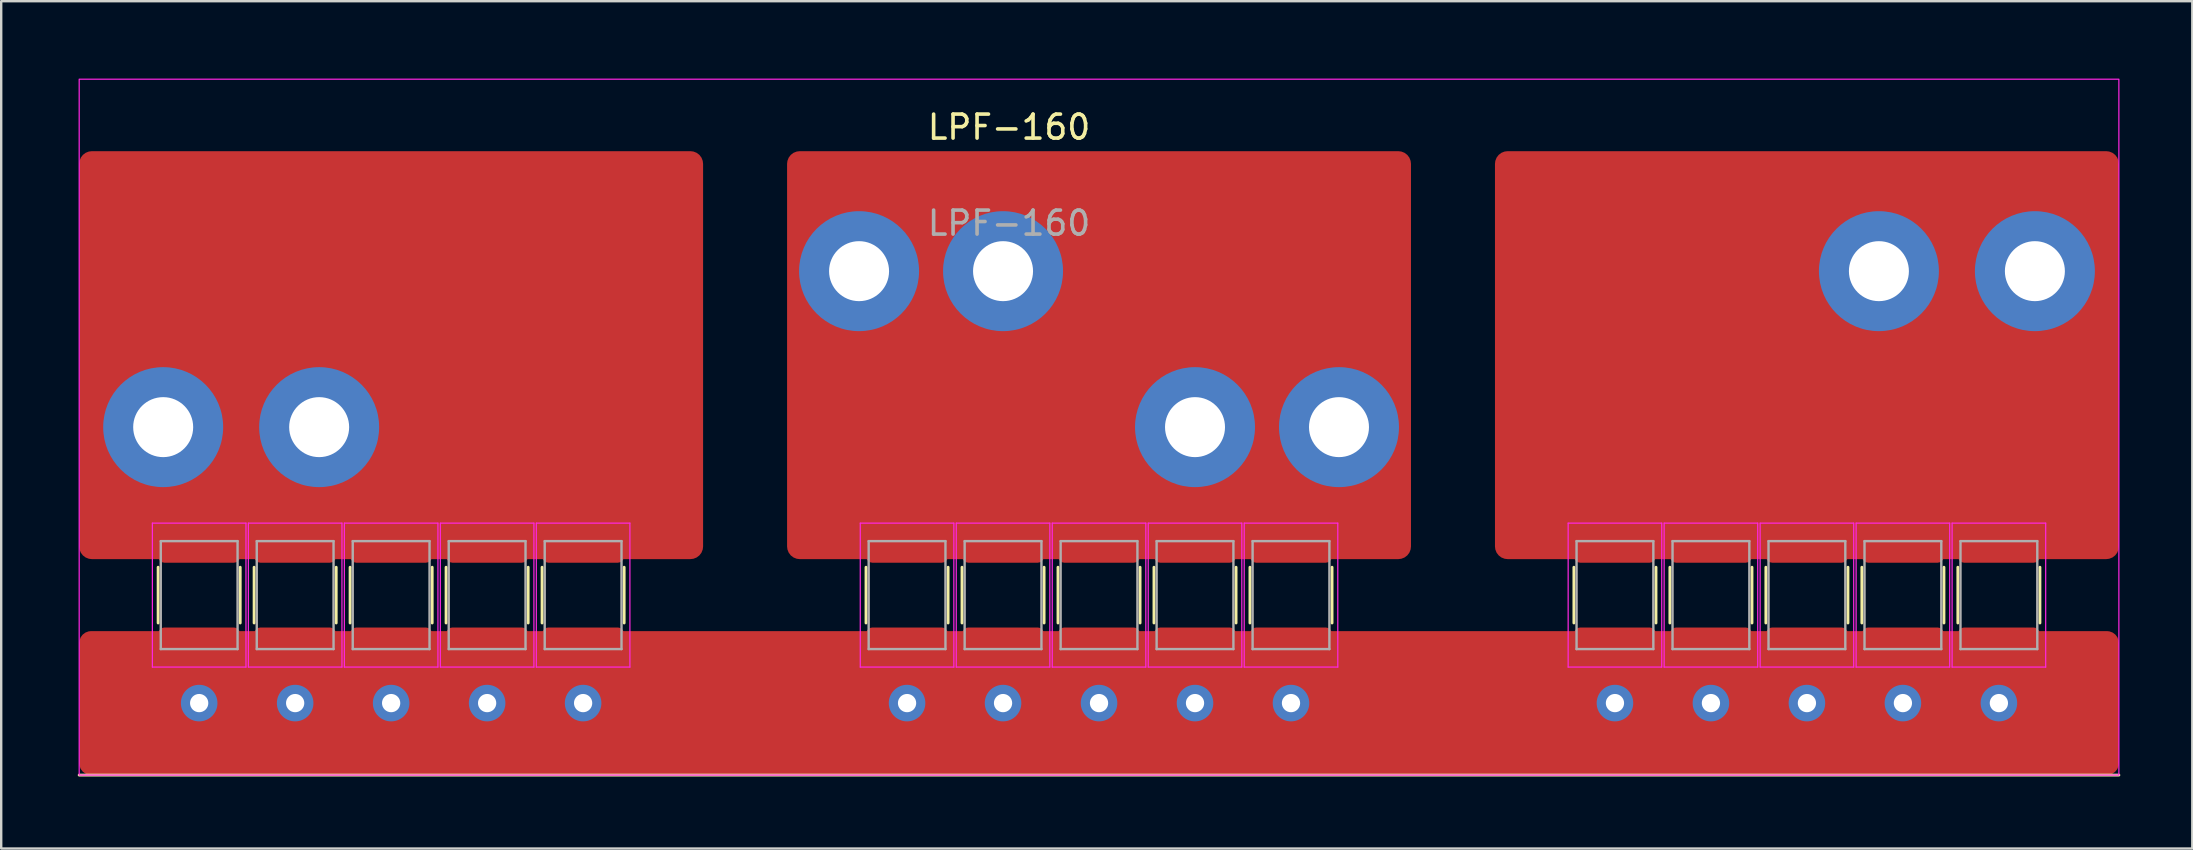
<source format=kicad_pcb>
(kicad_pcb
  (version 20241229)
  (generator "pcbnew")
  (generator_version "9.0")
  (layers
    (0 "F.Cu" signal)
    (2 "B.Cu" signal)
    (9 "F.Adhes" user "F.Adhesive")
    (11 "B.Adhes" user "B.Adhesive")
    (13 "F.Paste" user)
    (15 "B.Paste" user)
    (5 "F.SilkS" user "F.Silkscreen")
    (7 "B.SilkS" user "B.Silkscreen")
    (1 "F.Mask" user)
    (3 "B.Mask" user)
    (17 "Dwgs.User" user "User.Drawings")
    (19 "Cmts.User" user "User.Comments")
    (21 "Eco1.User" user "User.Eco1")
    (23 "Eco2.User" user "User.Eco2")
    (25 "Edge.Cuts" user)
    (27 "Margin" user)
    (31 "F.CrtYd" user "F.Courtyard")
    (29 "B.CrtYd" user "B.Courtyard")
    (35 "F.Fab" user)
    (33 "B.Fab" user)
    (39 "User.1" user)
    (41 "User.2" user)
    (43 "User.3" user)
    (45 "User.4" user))
  (footprint "LPF-160"
    (layer "F.Cu")
    (at 0.25 0.25)
    (property "Reference" "LPF-160" (at 38.75 2 0) (layer "F.SilkS") (effects (font (size 1 1) (thickness 0.15))))
    (attr through_hole)
    (fp_line (start 0 29) (end 85 29) (stroke (width 0.12) (type solid)) (layer "F.SilkS"))
    (fp_line (start 3.29 22.661) (end 3.29 20.339) (stroke (width 0.12) (type solid)) (layer "F.SilkS"))
    (fp_line (start 6.71 22.661) (end 6.71 20.339) (stroke (width 0.12) (type solid)) (layer "F.SilkS"))
    (fp_line (start 7.29 22.661) (end 7.29 20.339) (stroke (width 0.12) (type solid)) (layer "F.SilkS"))
    (fp_line (start 10.71 22.661) (end 10.71 20.339) (stroke (width 0.12) (type solid)) (layer "F.SilkS"))
    (fp_line (start 11.29 22.661) (end 11.29 20.339) (stroke (width 0.12) (type solid)) (layer "F.SilkS"))
    (fp_line (start 14.71 22.661) (end 14.71 20.339) (stroke (width 0.12) (type solid)) (layer "F.SilkS"))
    (fp_line (start 15.29 22.661) (end 15.29 20.339) (stroke (width 0.12) (type solid)) (layer "F.SilkS"))
    (fp_line (start 18.71 22.661) (end 18.71 20.339) (stroke (width 0.12) (type solid)) (layer "F.SilkS"))
    (fp_line (start 19.29 22.661) (end 19.29 20.339) (stroke (width 0.12) (type solid)) (layer "F.SilkS"))
    (fp_line (start 22.71 22.661) (end 22.71 20.339) (stroke (width 0.12) (type solid)) (layer "F.SilkS"))
    (fp_line (start 32.79 22.661) (end 32.79 20.339) (stroke (width 0.12) (type solid)) (layer "F.SilkS"))
    (fp_line (start 36.21 22.661) (end 36.21 20.339) (stroke (width 0.12) (type solid)) (layer "F.SilkS"))
    (fp_line (start 36.79 22.661) (end 36.79 20.339) (stroke (width 0.12) (type solid)) (layer "F.SilkS"))
    (fp_line (start 40.21 22.661) (end 40.21 20.339) (stroke (width 0.12) (type solid)) (layer "F.SilkS"))
    (fp_line (start 40.79 22.661) (end 40.79 20.339) (stroke (width 0.12) (type solid)) (layer "F.SilkS"))
    (fp_line (start 44.21 22.661) (end 44.21 20.339) (stroke (width 0.12) (type solid)) (layer "F.SilkS"))
    (fp_line (start 44.79 22.661) (end 44.79 20.339) (stroke (width 0.12) (type solid)) (layer "F.SilkS"))
    (fp_line (start 48.21 22.661) (end 48.21 20.339) (stroke (width 0.12) (type solid)) (layer "F.SilkS"))
    (fp_line (start 48.79 22.661) (end 48.79 20.339) (stroke (width 0.12) (type solid)) (layer "F.SilkS"))
    (fp_line (start 52.21 22.661) (end 52.21 20.339) (stroke (width 0.12) (type solid)) (layer "F.SilkS"))
    (fp_line (start 62.29 22.661) (end 62.29 20.339) (stroke (width 0.12) (type solid)) (layer "F.SilkS"))
    (fp_line (start 65.71 22.661) (end 65.71 20.339) (stroke (width 0.12) (type solid)) (layer "F.SilkS"))
    (fp_line (start 66.29 22.661) (end 66.29 20.339) (stroke (width 0.12) (type solid)) (layer "F.SilkS"))
    (fp_line (start 69.71 22.661) (end 69.71 20.339) (stroke (width 0.12) (type solid)) (layer "F.SilkS"))
    (fp_line (start 70.29 22.661) (end 70.29 20.339) (stroke (width 0.12) (type solid)) (layer "F.SilkS"))
    (fp_line (start 73.71 22.661) (end 73.71 20.339) (stroke (width 0.12) (type solid)) (layer "F.SilkS"))
    (fp_line (start 74.29 22.661) (end 74.29 20.339) (stroke (width 0.12) (type solid)) (layer "F.SilkS"))
    (fp_line (start 77.71 22.661) (end 77.71 20.339) (stroke (width 0.12) (type solid)) (layer "F.SilkS"))
    (fp_line (start 78.29 22.661) (end 78.29 20.339) (stroke (width 0.12) (type solid)) (layer "F.SilkS"))
    (fp_line (start 81.71 22.661) (end 81.71 20.339) (stroke (width 0.12) (type solid)) (layer "F.SilkS"))
    (fp_line (start 3.05 18.5) (end 6.95 18.5) (stroke (width 0.05) (type solid)) (layer "F.CrtYd"))
    (fp_line (start 3.05 24.5) (end 3.05 18.5) (stroke (width 0.05) (type solid)) (layer "F.CrtYd"))
    (fp_line (start 6.95 18.5) (end 6.95 24.5) (stroke (width 0.05) (type solid)) (layer "F.CrtYd"))
    (fp_line (start 6.95 24.5) (end 3.05 24.5) (stroke (width 0.05) (type solid)) (layer "F.CrtYd"))
    (fp_line (start 7.05 18.5) (end 10.95 18.5) (stroke (width 0.05) (type solid)) (layer "F.CrtYd"))
    (fp_line (start 7.05 24.5) (end 7.05 18.5) (stroke (width 0.05) (type solid)) (layer "F.CrtYd"))
    (fp_line (start 10.95 18.5) (end 10.95 24.5) (stroke (width 0.05) (type solid)) (layer "F.CrtYd"))
    (fp_line (start 10.95 24.5) (end 7.05 24.5) (stroke (width 0.05) (type solid)) (layer "F.CrtYd"))
    (fp_line (start 11.05 18.5) (end 14.95 18.5) (stroke (width 0.05) (type solid)) (layer "F.CrtYd"))
    (fp_line (start 11.05 24.5) (end 11.05 18.5) (stroke (width 0.05) (type solid)) (layer "F.CrtYd"))
    (fp_line (start 14.95 18.5) (end 14.95 24.5) (stroke (width 0.05) (type solid)) (layer "F.CrtYd"))
    (fp_line (start 14.95 24.5) (end 11.05 24.5) (stroke (width 0.05) (type solid)) (layer "F.CrtYd"))
    (fp_line (start 15.05 18.5) (end 18.95 18.5) (stroke (width 0.05) (type solid)) (layer "F.CrtYd"))
    (fp_line (start 15.05 24.5) (end 15.05 18.5) (stroke (width 0.05) (type solid)) (layer "F.CrtYd"))
    (fp_line (start 18.95 18.5) (end 18.95 24.5) (stroke (width 0.05) (type solid)) (layer "F.CrtYd"))
    (fp_line (start 18.95 24.5) (end 15.05 24.5) (stroke (width 0.05) (type solid)) (layer "F.CrtYd"))
    (fp_line (start 19.05 18.5) (end 22.95 18.5) (stroke (width 0.05) (type solid)) (layer "F.CrtYd"))
    (fp_line (start 19.05 24.5) (end 19.05 18.5) (stroke (width 0.05) (type solid)) (layer "F.CrtYd"))
    (fp_line (start 22.95 18.5) (end 22.95 24.5) (stroke (width 0.05) (type solid)) (layer "F.CrtYd"))
    (fp_line (start 22.95 24.5) (end 19.05 24.5) (stroke (width 0.05) (type solid)) (layer "F.CrtYd"))
    (fp_line (start 32.55 18.5) (end 36.45 18.5) (stroke (width 0.05) (type solid)) (layer "F.CrtYd"))
    (fp_line (start 32.55 24.5) (end 32.55 18.5) (stroke (width 0.05) (type solid)) (layer "F.CrtYd"))
    (fp_line (start 36.45 18.5) (end 36.45 24.5) (stroke (width 0.05) (type solid)) (layer "F.CrtYd"))
    (fp_line (start 36.45 24.5) (end 32.55 24.5) (stroke (width 0.05) (type solid)) (layer "F.CrtYd"))
    (fp_line (start 36.55 18.5) (end 40.45 18.5) (stroke (width 0.05) (type solid)) (layer "F.CrtYd"))
    (fp_line (start 36.55 24.5) (end 36.55 18.5) (stroke (width 0.05) (type solid)) (layer "F.CrtYd"))
    (fp_line (start 40.45 18.5) (end 40.45 24.5) (stroke (width 0.05) (type solid)) (layer "F.CrtYd"))
    (fp_line (start 40.45 24.5) (end 36.55 24.5) (stroke (width 0.05) (type solid)) (layer "F.CrtYd"))
    (fp_line (start 40.55 18.5) (end 44.45 18.5) (stroke (width 0.05) (type solid)) (layer "F.CrtYd"))
    (fp_line (start 40.55 24.5) (end 40.55 18.5) (stroke (width 0.05) (type solid)) (layer "F.CrtYd"))
    (fp_line (start 44.45 18.5) (end 44.45 24.5) (stroke (width 0.05) (type solid)) (layer "F.CrtYd"))
    (fp_line (start 44.45 24.5) (end 40.55 24.5) (stroke (width 0.05) (type solid)) (layer "F.CrtYd"))
    (fp_line (start 44.55 18.5) (end 48.45 18.5) (stroke (width 0.05) (type solid)) (layer "F.CrtYd"))
    (fp_line (start 44.55 24.5) (end 44.55 18.5) (stroke (width 0.05) (type solid)) (layer "F.CrtYd"))
    (fp_line (start 48.45 18.5) (end 48.45 24.5) (stroke (width 0.05) (type solid)) (layer "F.CrtYd"))
    (fp_line (start 48.45 24.5) (end 44.55 24.5) (stroke (width 0.05) (type solid)) (layer "F.CrtYd"))
    (fp_line (start 48.55 18.5) (end 52.45 18.5) (stroke (width 0.05) (type solid)) (layer "F.CrtYd"))
    (fp_line (start 48.55 24.5) (end 48.55 18.5) (stroke (width 0.05) (type solid)) (layer "F.CrtYd"))
    (fp_line (start 52.45 18.5) (end 52.45 24.5) (stroke (width 0.05) (type solid)) (layer "F.CrtYd"))
    (fp_line (start 52.45 24.5) (end 48.55 24.5) (stroke (width 0.05) (type solid)) (layer "F.CrtYd"))
    (fp_line (start 62.05 18.5) (end 65.95 18.5) (stroke (width 0.05) (type solid)) (layer "F.CrtYd"))
    (fp_line (start 62.05 24.5) (end 62.05 18.5) (stroke (width 0.05) (type solid)) (layer "F.CrtYd"))
    (fp_line (start 65.95 18.5) (end 65.95 24.5) (stroke (width 0.05) (type solid)) (layer "F.CrtYd"))
    (fp_line (start 65.95 24.5) (end 62.05 24.5) (stroke (width 0.05) (type solid)) (layer "F.CrtYd"))
    (fp_line (start 66.05 18.5) (end 69.95 18.5) (stroke (width 0.05) (type solid)) (layer "F.CrtYd"))
    (fp_line (start 66.05 24.5) (end 66.05 18.5) (stroke (width 0.05) (type solid)) (layer "F.CrtYd"))
    (fp_line (start 69.95 18.5) (end 69.95 24.5) (stroke (width 0.05) (type solid)) (layer "F.CrtYd"))
    (fp_line (start 69.95 24.5) (end 66.05 24.5) (stroke (width 0.05) (type solid)) (layer "F.CrtYd"))
    (fp_line (start 70.05 18.5) (end 73.95 18.5) (stroke (width 0.05) (type solid)) (layer "F.CrtYd"))
    (fp_line (start 70.05 24.5) (end 70.05 18.5) (stroke (width 0.05) (type solid)) (layer "F.CrtYd"))
    (fp_line (start 73.95 18.5) (end 73.95 24.5) (stroke (width 0.05) (type solid)) (layer "F.CrtYd"))
    (fp_line (start 73.95 24.5) (end 70.05 24.5) (stroke (width 0.05) (type solid)) (layer "F.CrtYd"))
    (fp_line (start 74.05 18.5) (end 77.95 18.5) (stroke (width 0.05) (type solid)) (layer "F.CrtYd"))
    (fp_line (start 74.05 24.5) (end 74.05 18.5) (stroke (width 0.05) (type solid)) (layer "F.CrtYd"))
    (fp_line (start 77.95 18.5) (end 77.95 24.5) (stroke (width 0.05) (type solid)) (layer "F.CrtYd"))
    (fp_line (start 77.95 24.5) (end 74.05 24.5) (stroke (width 0.05) (type solid)) (layer "F.CrtYd"))
    (fp_line (start 78.05 18.5) (end 81.95 18.5) (stroke (width 0.05) (type solid)) (layer "F.CrtYd"))
    (fp_line (start 78.05 24.5) (end 78.05 18.5) (stroke (width 0.05) (type solid)) (layer "F.CrtYd"))
    (fp_line (start 81.95 18.5) (end 81.95 24.5) (stroke (width 0.05) (type solid)) (layer "F.CrtYd"))
    (fp_line (start 81.95 24.5) (end 78.05 24.5) (stroke (width 0.05) (type solid)) (layer "F.CrtYd"))
    (fp_rect (start 0 0) (end 85 29) (stroke (width 0.05) (type solid)) (fill no) (layer "F.CrtYd"))
    (fp_line (start 3.4 19.25) (end 6.6 19.25) (stroke (width 0.1) (type solid)) (layer "F.Fab"))
    (fp_line (start 3.4 23.75) (end 3.4 19.25) (stroke (width 0.1) (type solid)) (layer "F.Fab"))
    (fp_line (start 6.6 19.25) (end 6.6 23.75) (stroke (width 0.1) (type solid)) (layer "F.Fab"))
    (fp_line (start 6.6 23.75) (end 3.4 23.75) (stroke (width 0.1) (type solid)) (layer "F.Fab"))
    (fp_line (start 7.4 19.25) (end 10.6 19.25) (stroke (width 0.1) (type solid)) (layer "F.Fab"))
    (fp_line (start 7.4 23.75) (end 7.4 19.25) (stroke (width 0.1) (type solid)) (layer "F.Fab"))
    (fp_line (start 10.6 19.25) (end 10.6 23.75) (stroke (width 0.1) (type solid)) (layer "F.Fab"))
    (fp_line (start 10.6 23.75) (end 7.4 23.75) (stroke (width 0.1) (type solid)) (layer "F.Fab"))
    (fp_line (start 11.4 19.25) (end 14.6 19.25) (stroke (width 0.1) (type solid)) (layer "F.Fab"))
    (fp_line (start 11.4 23.75) (end 11.4 19.25) (stroke (width 0.1) (type solid)) (layer "F.Fab"))
    (fp_line (start 14.6 19.25) (end 14.6 23.75) (stroke (width 0.1) (type solid)) (layer "F.Fab"))
    (fp_line (start 14.6 23.75) (end 11.4 23.75) (stroke (width 0.1) (type solid)) (layer "F.Fab"))
    (fp_line (start 15.4 19.25) (end 18.6 19.25) (stroke (width 0.1) (type solid)) (layer "F.Fab"))
    (fp_line (start 15.4 23.75) (end 15.4 19.25) (stroke (width 0.1) (type solid)) (layer "F.Fab"))
    (fp_line (start 18.6 19.25) (end 18.6 23.75) (stroke (width 0.1) (type solid)) (layer "F.Fab"))
    (fp_line (start 18.6 23.75) (end 15.4 23.75) (stroke (width 0.1) (type solid)) (layer "F.Fab"))
    (fp_line (start 19.4 19.25) (end 22.6 19.25) (stroke (width 0.1) (type solid)) (layer "F.Fab"))
    (fp_line (start 19.4 23.75) (end 19.4 19.25) (stroke (width 0.1) (type solid)) (layer "F.Fab"))
    (fp_line (start 22.6 19.25) (end 22.6 23.75) (stroke (width 0.1) (type solid)) (layer "F.Fab"))
    (fp_line (start 22.6 23.75) (end 19.4 23.75) (stroke (width 0.1) (type solid)) (layer "F.Fab"))
    (fp_line (start 32.9 19.25) (end 36.1 19.25) (stroke (width 0.1) (type solid)) (layer "F.Fab"))
    (fp_line (start 32.9 23.75) (end 32.9 19.25) (stroke (width 0.1) (type solid)) (layer "F.Fab"))
    (fp_line (start 36.1 19.25) (end 36.1 23.75) (stroke (width 0.1) (type solid)) (layer "F.Fab"))
    (fp_line (start 36.1 23.75) (end 32.9 23.75) (stroke (width 0.1) (type solid)) (layer "F.Fab"))
    (fp_line (start 36.9 19.25) (end 40.1 19.25) (stroke (width 0.1) (type solid)) (layer "F.Fab"))
    (fp_line (start 36.9 23.75) (end 36.9 19.25) (stroke (width 0.1) (type solid)) (layer "F.Fab"))
    (fp_line (start 40.1 19.25) (end 40.1 23.75) (stroke (width 0.1) (type solid)) (layer "F.Fab"))
    (fp_line (start 40.1 23.75) (end 36.9 23.75) (stroke (width 0.1) (type solid)) (layer "F.Fab"))
    (fp_line (start 40.9 19.25) (end 44.1 19.25) (stroke (width 0.1) (type solid)) (layer "F.Fab"))
    (fp_line (start 40.9 23.75) (end 40.9 19.25) (stroke (width 0.1) (type solid)) (layer "F.Fab"))
    (fp_line (start 44.1 19.25) (end 44.1 23.75) (stroke (width 0.1) (type solid)) (layer "F.Fab"))
    (fp_line (start 44.1 23.75) (end 40.9 23.75) (stroke (width 0.1) (type solid)) (layer "F.Fab"))
    (fp_line (start 44.9 19.25) (end 48.1 19.25) (stroke (width 0.1) (type solid)) (layer "F.Fab"))
    (fp_line (start 44.9 23.75) (end 44.9 19.25) (stroke (width 0.1) (type solid)) (layer "F.Fab"))
    (fp_line (start 48.1 19.25) (end 48.1 23.75) (stroke (width 0.1) (type solid)) (layer "F.Fab"))
    (fp_line (start 48.1 23.75) (end 44.9 23.75) (stroke (width 0.1) (type solid)) (layer "F.Fab"))
    (fp_line (start 48.9 19.25) (end 52.1 19.25) (stroke (width 0.1) (type solid)) (layer "F.Fab"))
    (fp_line (start 48.9 23.75) (end 48.9 19.25) (stroke (width 0.1) (type solid)) (layer "F.Fab"))
    (fp_line (start 52.1 19.25) (end 52.1 23.75) (stroke (width 0.1) (type solid)) (layer "F.Fab"))
    (fp_line (start 52.1 23.75) (end 48.9 23.75) (stroke (width 0.1) (type solid)) (layer "F.Fab"))
    (fp_line (start 62.4 19.25) (end 65.6 19.25) (stroke (width 0.1) (type solid)) (layer "F.Fab"))
    (fp_line (start 62.4 23.75) (end 62.4 19.25) (stroke (width 0.1) (type solid)) (layer "F.Fab"))
    (fp_line (start 65.6 19.25) (end 65.6 23.75) (stroke (width 0.1) (type solid)) (layer "F.Fab"))
    (fp_line (start 65.6 23.75) (end 62.4 23.75) (stroke (width 0.1) (type solid)) (layer "F.Fab"))
    (fp_line (start 66.4 19.25) (end 69.6 19.25) (stroke (width 0.1) (type solid)) (layer "F.Fab"))
    (fp_line (start 66.4 23.75) (end 66.4 19.25) (stroke (width 0.1) (type solid)) (layer "F.Fab"))
    (fp_line (start 69.6 19.25) (end 69.6 23.75) (stroke (width 0.1) (type solid)) (layer "F.Fab"))
    (fp_line (start 69.6 23.75) (end 66.4 23.75) (stroke (width 0.1) (type solid)) (layer "F.Fab"))
    (fp_line (start 70.4 19.25) (end 73.6 19.25) (stroke (width 0.1) (type solid)) (layer "F.Fab"))
    (fp_line (start 70.4 23.75) (end 70.4 19.25) (stroke (width 0.1) (type solid)) (layer "F.Fab"))
    (fp_line (start 73.6 19.25) (end 73.6 23.75) (stroke (width 0.1) (type solid)) (layer "F.Fab"))
    (fp_line (start 73.6 23.75) (end 70.4 23.75) (stroke (width 0.1) (type solid)) (layer "F.Fab"))
    (fp_line (start 74.4 19.25) (end 77.6 19.25) (stroke (width 0.1) (type solid)) (layer "F.Fab"))
    (fp_line (start 74.4 23.75) (end 74.4 19.25) (stroke (width 0.1) (type solid)) (layer "F.Fab"))
    (fp_line (start 77.6 19.25) (end 77.6 23.75) (stroke (width 0.1) (type solid)) (layer "F.Fab"))
    (fp_line (start 77.6 23.75) (end 74.4 23.75) (stroke (width 0.1) (type solid)) (layer "F.Fab"))
    (fp_line (start 78.4 19.25) (end 81.6 19.25) (stroke (width 0.1) (type solid)) (layer "F.Fab"))
    (fp_line (start 78.4 23.75) (end 78.4 19.25) (stroke (width 0.1) (type solid)) (layer "F.Fab"))
    (fp_line (start 81.6 19.25) (end 81.6 23.75) (stroke (width 0.1) (type solid)) (layer "F.Fab"))
    (fp_line (start 81.6 23.75) (end 78.4 23.75) (stroke (width 0.1) (type solid)) (layer "F.Fab"))
    (fp_text user "${REFERENCE}" (at 38.75 6 0) (layer "F.Fab") (effects (font (size 1 1) (thickness 0.15))))
    (pad "1" smd roundrect (at 5 23.55 90) (size 1.4 3.4) (layers "F.Cu" "F.Mask" "F.Paste") (roundrect_rratio 0.179))
    (pad "1" thru_hole circle (at 5 26) (size 1.524 1.524) (drill 0.762) (layers "*.Cu"))
    (pad "1" smd roundrect (at 9 23.55 90) (size 1.4 3.4) (layers "F.Cu" "F.Mask" "F.Paste") (roundrect_rratio 0.179))
    (pad "1" thru_hole circle (at 9 26) (size 1.524 1.524) (drill 0.762) (layers "*.Cu"))
    (pad "1" smd roundrect (at 13 23.55 90) (size 1.4 3.4) (layers "F.Cu" "F.Mask" "F.Paste") (roundrect_rratio 0.179))
    (pad "1" thru_hole circle (at 13 26) (size 1.524 1.524) (drill 0.762) (layers "*.Cu"))
    (pad "1" smd roundrect (at 17 23.55 90) (size 1.4 3.4) (layers "F.Cu" "F.Mask" "F.Paste") (roundrect_rratio 0.179))
    (pad "1" thru_hole circle (at 17 26) (size 1.524 1.524) (drill 0.762) (layers "*.Cu"))
    (pad "1" smd roundrect (at 21 23.55 90) (size 1.4 3.4) (layers "F.Cu" "F.Mask" "F.Paste") (roundrect_rratio 0.179))
    (pad "1" thru_hole circle (at 21 26) (size 1.524 1.524) (drill 0.762) (layers "*.Cu"))
    (pad "1" smd roundrect (at 34.5 23.55 90) (size 1.4 3.4) (layers "F.Cu" "F.Mask" "F.Paste") (roundrect_rratio 0.179))
    (pad "1" thru_hole circle (at 34.5 26) (size 1.524 1.524) (drill 0.762) (layers "*.Cu"))
    (pad "1" smd roundrect (at 38.5 23.55 90) (size 1.4 3.4) (layers "F.Cu" "F.Mask" "F.Paste") (roundrect_rratio 0.179))
    (pad "1" thru_hole circle (at 38.5 26) (size 1.524 1.524) (drill 0.762) (layers "*.Cu"))
    (pad "1" smd roundrect (at 42.5 23.55 90) (size 1.4 3.4) (layers "F.Cu" "F.Mask" "F.Paste") (roundrect_rratio 0.179))
    (pad "1" thru_hole circle (at 42.5 26) (size 1.524 1.524) (drill 0.762) (layers "*.Cu"))
    (pad "1" smd roundrect (at 42.5 26) (size 85 6) (layers "F.Cu") (roundrect_rratio 0.083))
    (pad "1" smd roundrect (at 46.5 23.55 90) (size 1.4 3.4) (layers "F.Cu" "F.Mask" "F.Paste") (roundrect_rratio 0.179))
    (pad "1" thru_hole circle (at 46.5 26) (size 1.524 1.524) (drill 0.762) (layers "*.Cu"))
    (pad "1" smd roundrect (at 50.5 23.55 90) (size 1.4 3.4) (layers "F.Cu" "F.Mask" "F.Paste") (roundrect_rratio 0.179))
    (pad "1" thru_hole circle (at 50.5 26) (size 1.524 1.524) (drill 0.762) (layers "*.Cu"))
    (pad "1" smd roundrect (at 64 23.55 90) (size 1.4 3.4) (layers "F.Cu" "F.Mask" "F.Paste") (roundrect_rratio 0.179))
    (pad "1" thru_hole circle (at 64 26) (size 1.524 1.524) (drill 0.762) (layers "*.Cu"))
    (pad "1" smd roundrect (at 68 23.55 90) (size 1.4 3.4) (layers "F.Cu" "F.Mask" "F.Paste") (roundrect_rratio 0.179))
    (pad "1" thru_hole circle (at 68 26) (size 1.524 1.524) (drill 0.762) (layers "*.Cu"))
    (pad "1" smd roundrect (at 72 23.55 90) (size 1.4 3.4) (layers "F.Cu" "F.Mask" "F.Paste") (roundrect_rratio 0.179))
    (pad "1" thru_hole circle (at 72 26) (size 1.524 1.524) (drill 0.762) (layers "*.Cu"))
    (pad "1" smd roundrect (at 76 23.55 90) (size 1.4 3.4) (layers "F.Cu" "F.Mask" "F.Paste") (roundrect_rratio 0.179))
    (pad "1" thru_hole circle (at 76 26) (size 1.524 1.524) (drill 0.762) (layers "*.Cu"))
    (pad "1" smd roundrect (at 80 23.55 90) (size 1.4 3.4) (layers "F.Cu" "F.Mask" "F.Paste") (roundrect_rratio 0.179))
    (pad "1" thru_hole circle (at 80 26) (size 1.524 1.524) (drill 0.762) (layers "*.Cu"))
    (pad "2" thru_hole circle (at 3.5 14.5 90) (size 5 5) (drill 2.5) (layers "*.Cu" "*.Mask"))
    (pad "2" smd roundrect (at 5 19.45 90) (size 1.4 3.4) (layers "F.Cu" "F.Mask" "F.Paste") (roundrect_rratio 0.179))
    (pad "2" smd roundrect (at 9 19.45 90) (size 1.4 3.4) (layers "F.Cu" "F.Mask" "F.Paste") (roundrect_rratio 0.179))
    (pad "2" thru_hole circle (at 10 14.5 90) (size 5 5) (drill 2.5) (layers "*.Cu" "*.Mask"))
    (pad "2" smd roundrect (at 13 11.5) (size 26 17) (layers "F.Cu") (roundrect_rratio 0.031))
    (pad "2" smd roundrect (at 13 19.45 90) (size 1.4 3.4) (layers "F.Cu" "F.Mask" "F.Paste") (roundrect_rratio 0.179))
    (pad "2" smd roundrect (at 17 19.45 90) (size 1.4 3.4) (layers "F.Cu" "F.Mask" "F.Paste") (roundrect_rratio 0.179))
    (pad "2" smd roundrect (at 21 19.45 90) (size 1.4 3.4) (layers "F.Cu" "F.Mask" "F.Paste") (roundrect_rratio 0.179))
    (pad "3" smd roundrect (at 64 19.45 90) (size 1.4 3.4) (layers "F.Cu" "F.Mask" "F.Paste") (roundrect_rratio 0.179))
    (pad "3" smd roundrect (at 68 19.45 90) (size 1.4 3.4) (layers "F.Cu" "F.Mask" "F.Paste") (roundrect_rratio 0.179))
    (pad "3" smd roundrect (at 72 11.5) (size 26 17) (layers "F.Cu") (roundrect_rratio 0.031))
    (pad "3" smd roundrect (at 72 19.45 90) (size 1.4 3.4) (layers "F.Cu" "F.Mask" "F.Paste") (roundrect_rratio 0.179))
    (pad "3" thru_hole circle (at 75 8 90) (size 5 5) (drill 2.5) (layers "*.Cu" "*.Mask"))
    (pad "3" smd roundrect (at 76 19.45 90) (size 1.4 3.4) (layers "F.Cu" "F.Mask" "F.Paste") (roundrect_rratio 0.179))
    (pad "3" smd roundrect (at 80 19.45 90) (size 1.4 3.4) (layers "F.Cu" "F.Mask" "F.Paste") (roundrect_rratio 0.179))
    (pad "3" thru_hole circle (at 81.5 8 90) (size 5 5) (drill 2.5) (layers "*.Cu" "*.Mask"))
    (pad "4" thru_hole circle (at 32.5 8 90) (size 5 5) (drill 2.5) (layers "*.Cu" "*.Mask"))
    (pad "4" smd roundrect (at 34.5 19.45 90) (size 1.4 3.4) (layers "F.Cu" "F.Mask" "F.Paste") (roundrect_rratio 0.179))
    (pad "4" thru_hole circle (at 38.5 8 90) (size 5 5) (drill 2.5) (layers "*.Cu" "*.Mask"))
    (pad "4" smd roundrect (at 38.5 19.45 90) (size 1.4 3.4) (layers "F.Cu" "F.Mask" "F.Paste") (roundrect_rratio 0.179))
    (pad "4" smd roundrect (at 42.5 11.5) (size 26 17) (layers "F.Cu") (roundrect_rratio 0.031))
    (pad "4" smd roundrect (at 42.5 19.45 90) (size 1.4 3.4) (layers "F.Cu" "F.Mask" "F.Paste") (roundrect_rratio 0.179))
    (pad "4" thru_hole circle (at 46.5 14.5 90) (size 5 5) (drill 2.5) (layers "*.Cu" "*.Mask"))
    (pad "4" smd roundrect (at 46.5 19.45 90) (size 1.4 3.4) (layers "F.Cu" "F.Mask" "F.Paste") (roundrect_rratio 0.179))
    (pad "4" smd roundrect (at 50.5 19.45 90) (size 1.4 3.4) (layers "F.Cu" "F.Mask" "F.Paste") (roundrect_rratio 0.179))
    (pad "4" thru_hole circle (at 52.5 14.5 90) (size 5 5) (drill 2.5) (layers "*.Cu" "*.Mask")))
  (gr_rect
    (start -3 -3)
    (end 88.31 32.31)
    (stroke (width 0.1) (type default))
    (fill no)
    (layer "Edge.Cuts")))
</source>
